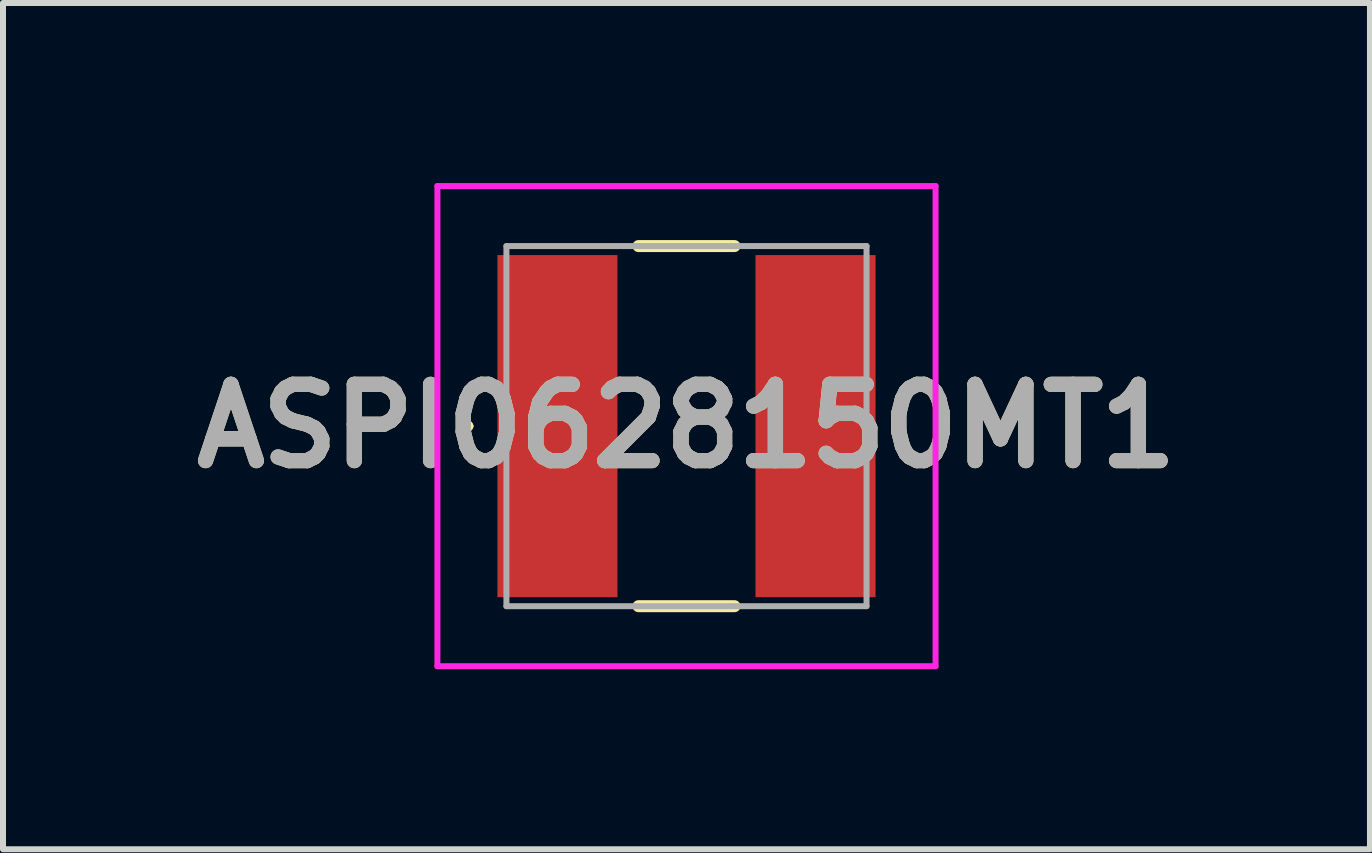
<source format=kicad_pcb>
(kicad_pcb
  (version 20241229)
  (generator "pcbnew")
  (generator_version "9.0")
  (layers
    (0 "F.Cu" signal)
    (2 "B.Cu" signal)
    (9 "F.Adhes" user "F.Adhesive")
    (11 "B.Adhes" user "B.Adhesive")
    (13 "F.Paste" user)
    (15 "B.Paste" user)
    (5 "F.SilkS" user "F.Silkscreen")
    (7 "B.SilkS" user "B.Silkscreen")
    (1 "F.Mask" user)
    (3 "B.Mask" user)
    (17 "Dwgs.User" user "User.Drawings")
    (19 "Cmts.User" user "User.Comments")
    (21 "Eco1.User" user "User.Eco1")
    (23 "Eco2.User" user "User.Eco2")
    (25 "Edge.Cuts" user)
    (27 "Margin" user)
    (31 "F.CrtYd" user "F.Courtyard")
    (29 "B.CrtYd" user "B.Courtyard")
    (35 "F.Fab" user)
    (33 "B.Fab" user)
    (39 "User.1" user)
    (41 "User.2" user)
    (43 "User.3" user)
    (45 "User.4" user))
  (footprint "ASPI0628150MT1"
    (layer "F.Cu")
    (at 8.388 4.05)
    (property "Reference" "ASPI0628150MT1" (at 0 0 0) (layer "F.SilkS") (effects (font (size 1.27 1.27) (thickness 0.254))))
    (attr smd)
    (fp_line (start -3.7 0) (end -3.7 0) (stroke (width 0.1) (type solid)) (layer "F.SilkS"))
    (fp_line (start -3.6 0) (end -3.6 0) (stroke (width 0.1) (type solid)) (layer "F.SilkS"))
    (fp_line (start -0.8 -3) (end 0.8 -3) (stroke (width 0.2) (type solid)) (layer "F.SilkS"))
    (fp_line (start -0.8 3) (end 0.8 3) (stroke (width 0.2) (type solid)) (layer "F.SilkS"))
    (fp_arc (start -3.7 0) (mid -3.65 -0.05) (end -3.6 0) (stroke (width 0.1) (type solid)) (layer "F.SilkS"))
    (fp_arc (start -3.6 0) (mid -3.65 0.05) (end -3.7 0) (stroke (width 0.1) (type solid)) (layer "F.SilkS"))
    (fp_line (start -4.15 -4) (end 4.15 -4) (stroke (width 0.1) (type solid)) (layer "F.CrtYd"))
    (fp_line (start -4.15 4) (end -4.15 -4) (stroke (width 0.1) (type solid)) (layer "F.CrtYd"))
    (fp_line (start 4.15 -4) (end 4.15 4) (stroke (width 0.1) (type solid)) (layer "F.CrtYd"))
    (fp_line (start 4.15 4) (end -4.15 4) (stroke (width 0.1) (type solid)) (layer "F.CrtYd"))
    (fp_line (start -3 -3) (end -3 3) (stroke (width 0.1) (type solid)) (layer "F.Fab"))
    (fp_line (start -3 3) (end 3 3) (stroke (width 0.1) (type solid)) (layer "F.Fab"))
    (fp_line (start 3 -3) (end -3 -3) (stroke (width 0.1) (type solid)) (layer "F.Fab"))
    (fp_line (start 3 3) (end 3 -3) (stroke (width 0.1) (type solid)) (layer "F.Fab"))
    (fp_text user "${REFERENCE}" (at 0 0 0) (layer "F.Fab") (effects (font (size 1.27 1.27) (thickness 0.254))))
    (pad "1" smd rect (at -2.15 0) (size 2 5.7) (layers "F.Cu" "F.Mask" "F.Paste"))
    (pad "2" smd rect (at 2.15 0) (size 2 5.7) (layers "F.Cu" "F.Mask" "F.Paste")))
  (gr_rect
    (start -3 -3)
    (end 19.776 11.1)
    (stroke (width 0.1) (type default))
    (fill no)
    (layer "Edge.Cuts")))
</source>
